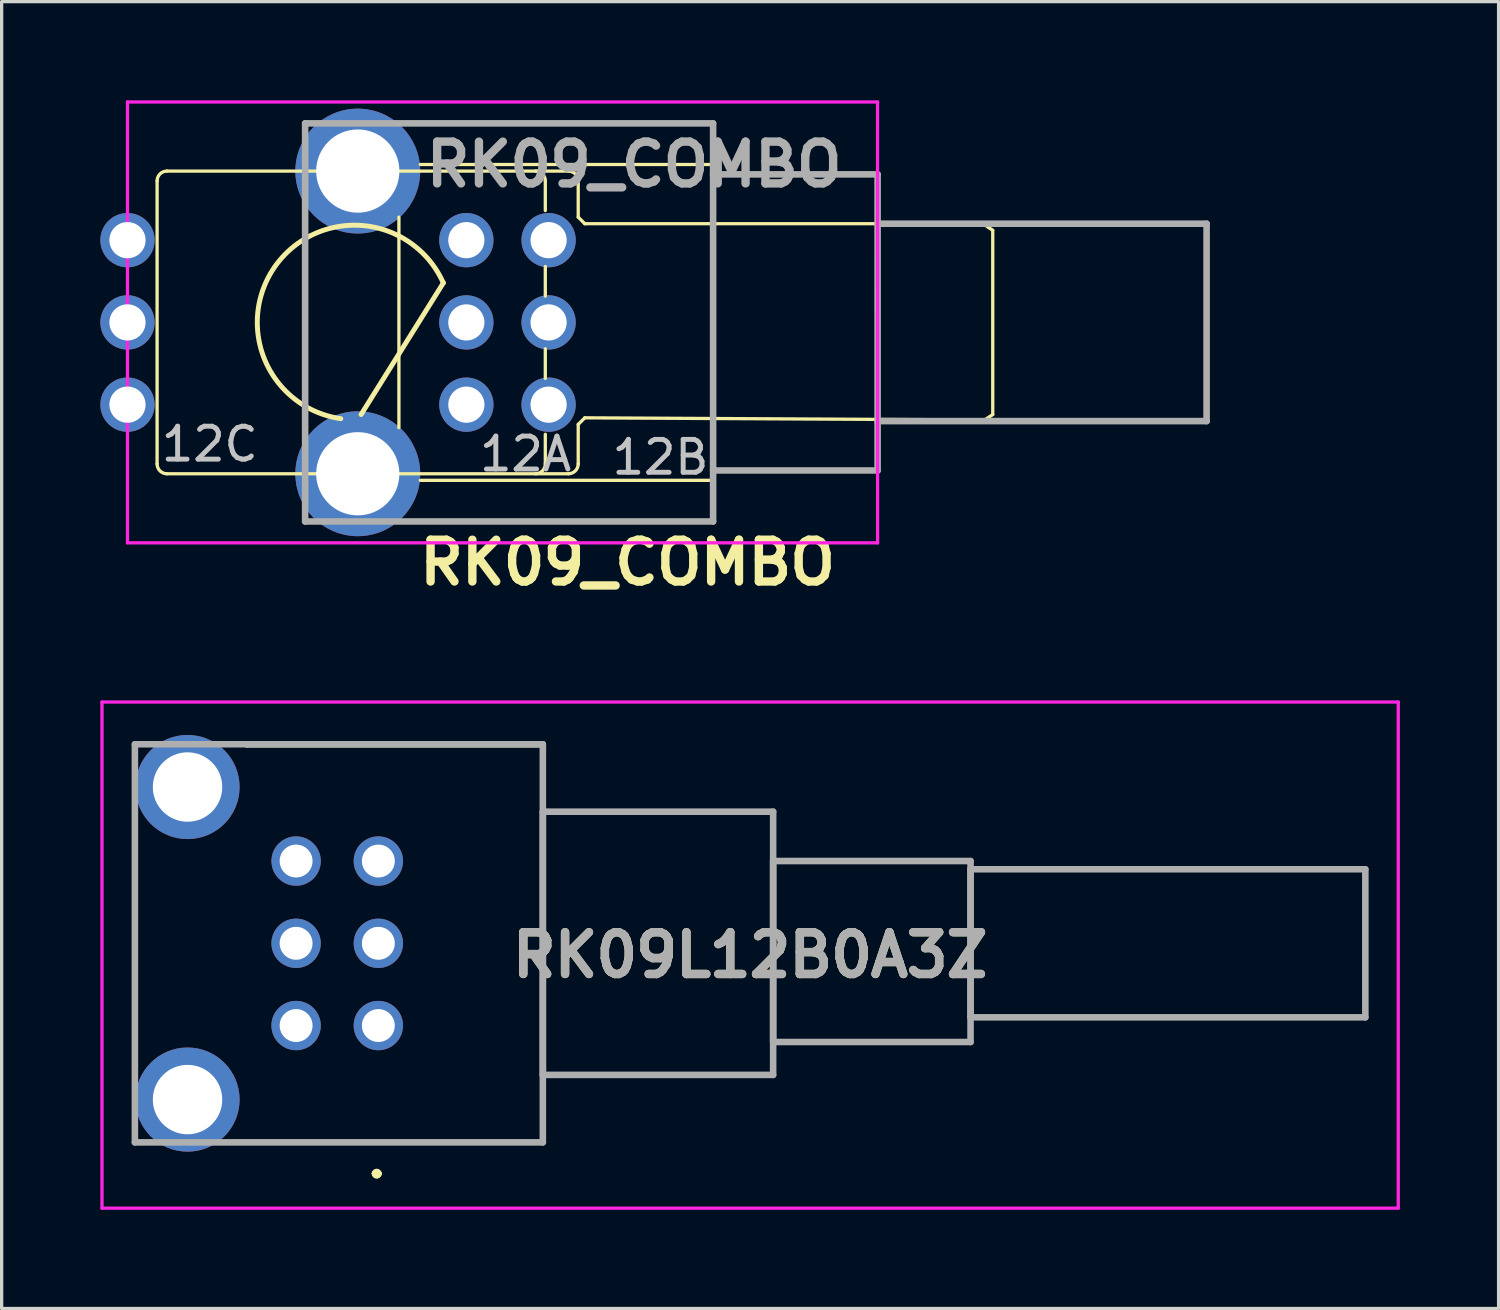
<source format=kicad_pcb>
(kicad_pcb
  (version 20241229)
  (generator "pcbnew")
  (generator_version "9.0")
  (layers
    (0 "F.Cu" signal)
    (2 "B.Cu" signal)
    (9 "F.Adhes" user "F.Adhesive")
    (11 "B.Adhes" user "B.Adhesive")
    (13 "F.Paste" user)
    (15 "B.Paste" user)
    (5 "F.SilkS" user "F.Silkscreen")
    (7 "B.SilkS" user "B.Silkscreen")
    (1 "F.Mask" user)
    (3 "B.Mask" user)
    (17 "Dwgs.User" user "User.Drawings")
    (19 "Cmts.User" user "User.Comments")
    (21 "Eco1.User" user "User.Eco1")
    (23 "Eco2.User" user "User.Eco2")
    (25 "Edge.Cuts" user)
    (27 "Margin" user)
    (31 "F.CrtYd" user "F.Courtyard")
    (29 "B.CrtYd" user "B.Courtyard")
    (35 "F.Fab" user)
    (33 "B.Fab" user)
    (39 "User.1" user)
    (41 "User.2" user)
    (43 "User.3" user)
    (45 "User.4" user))
  (footprint "RK09_COMBO"
    (layer "F.Cu")
    (at 18.625 6.75)
    (property "Reference" "RK09_COMBO" (at -2.6 7.3 0) (layer "F.SilkS") (effects (font (size 1.27 1.27) (thickness 0.254))))
    (attr through_hole)
    (fp_line (start -16.9 -4.3) (end -16.9 4.3) (stroke (width 0.1) (type solid)) (layer "F.SilkS"))
    (fp_line (start -9.55 -3.2) (end -9.55 3.2) (stroke (width 0.1) (type solid)) (layer "F.SilkS"))
    (fp_line (start -8.2 -1.2) (end -10.7 2.8) (stroke (width 0.15) (type solid)) (layer "F.SilkS"))
    (fp_line (start -5.1 -4.3) (end -5.1 -3.4) (stroke (width 0.1) (type solid)) (layer "F.SilkS"))
    (fp_line (start -5.1 -1.7) (end -5.1 -0.8) (stroke (width 0.1) (type solid)) (layer "F.SilkS"))
    (fp_line (start -5.1 0.8) (end -5.1 1.7) (stroke (width 0.1) (type solid)) (layer "F.SilkS"))
    (fp_line (start -5.1 3.4) (end -5.1 4.3) (stroke (width 0.1) (type solid)) (layer "F.SilkS"))
    (fp_line (start -4.4 -4.6) (end -16.6 -4.6) (stroke (width 0.1) (type solid)) (layer "F.SilkS"))
    (fp_line (start -4.4 4.6) (end -16.6 4.6) (stroke (width 0.1) (type solid)) (layer "F.SilkS"))
    (fp_line (start -4.1 -3.2) (end -4.1 -4.3) (stroke (width 0.1) (type solid)) (layer "F.SilkS"))
    (fp_line (start -4.1 3.1) (end -4.1 4.3) (stroke (width 0.1) (type solid)) (layer "F.SilkS"))
    (fp_line (start -3.9 -3) (end -4.1 -3.2) (stroke (width 0.1) (type solid)) (layer "F.SilkS"))
    (fp_line (start -3.9 -3) (end 15 -3) (stroke (width 0.1) (type solid)) (layer "F.SilkS"))
    (fp_line (start -3.9 2.9) (end -4.1 3.1) (stroke (width 0.1) (type solid)) (layer "F.SilkS"))
    (fp_line (start 0 -4.8) (end -8.9 -4.8) (stroke (width 0.1) (type solid)) (layer "F.SilkS"))
    (fp_line (start 0 -4.8) (end 0 4.5) (stroke (width 0.1) (type solid)) (layer "F.SilkS"))
    (fp_line (start 0 -4.75) (end 0 -4.5) (stroke (width 0.1) (type solid)) (layer "F.SilkS"))
    (fp_line (start 0 -4.5) (end 5 -4.5) (stroke (width 0.1) (type solid)) (layer "F.SilkS"))
    (fp_line (start 0 4.5) (end 0 4.8) (stroke (width 0.1) (type solid)) (layer "F.SilkS"))
    (fp_line (start 0 4.8) (end -8.9 4.8) (stroke (width 0.1) (type solid)) (layer "F.SilkS"))
    (fp_line (start 5 -4.5) (end 5 3) (stroke (width 0.1) (type solid)) (layer "F.SilkS"))
    (fp_line (start 5 3) (end 5 4.5) (stroke (width 0.1) (type solid)) (layer "F.SilkS"))
    (fp_line (start 5 4.5) (end 0 4.5) (stroke (width 0.1) (type solid)) (layer "F.SilkS"))
    (fp_line (start 8.2 -3) (end 8.5 -2.8) (stroke (width 0.1) (type solid)) (layer "F.SilkS"))
    (fp_line (start 8.2 3) (end 8.5 2.8) (stroke (width 0.1) (type solid)) (layer "F.SilkS"))
    (fp_line (start 8.5 -2.8) (end 8.5 2.8) (stroke (width 0.1) (type solid)) (layer "F.SilkS"))
    (fp_line (start 15 -3) (end 15 3) (stroke (width 0.1) (type solid)) (layer "F.SilkS"))
    (fp_line (start 15 3) (end -3.9 2.9) (stroke (width 0.1) (type solid)) (layer "F.SilkS"))
    (fp_arc (start -16.9 -4.3) (mid -16.812132 -4.512132) (end -16.6 -4.6) (stroke (width 0.1) (type solid)) (layer "F.SilkS"))
    (fp_arc (start -16.6 4.6) (mid -16.812132 4.512132) (end -16.9 4.3) (stroke (width 0.1) (type solid)) (layer "F.SilkS"))
    (fp_arc (start -11.317852 2.92496) (mid -13.257089 -1.781606) (end -8.200001 -1.199999) (stroke (width 0.15) (type solid)) (layer "F.SilkS"))
    (fp_arc (start -5.4 -4.6) (mid -5.187868 -4.512132) (end -5.1 -4.3) (stroke (width 0.1) (type solid)) (layer "F.SilkS"))
    (fp_arc (start -5.1 4.3) (mid -5.187868 4.512132) (end -5.4 4.6) (stroke (width 0.1) (type solid)) (layer "F.SilkS"))
    (fp_arc (start -4.4 -4.6) (mid -4.187868 -4.512132) (end -4.1 -4.3) (stroke (width 0.1) (type solid)) (layer "F.SilkS"))
    (fp_arc (start -4.1 4.3) (mid -4.187868 4.512132) (end -4.4 4.6) (stroke (width 0.1) (type solid)) (layer "F.SilkS"))
    (fp_line (start -17.8 -6.7) (end 4.998 -6.7) (stroke (width 0.1) (type solid)) (layer "F.CrtYd"))
    (fp_line (start -17.8 6.7) (end -17.8 -6.7) (stroke (width 0.1) (type solid)) (layer "F.CrtYd"))
    (fp_line (start 4.998 -6.7) (end 5 6.7) (stroke (width 0.1) (type solid)) (layer "F.CrtYd"))
    (fp_line (start 5 6.7) (end -17.8 6.7) (stroke (width 0.1) (type solid)) (layer "F.CrtYd"))
    (fp_line (start -12.4 -6.05) (end 0 -6.05) (stroke (width 0.2) (type solid)) (layer "F.Fab"))
    (fp_line (start -12.4 6.05) (end -12.4 -6.05) (stroke (width 0.2) (type solid)) (layer "F.Fab"))
    (fp_line (start 0 -6.05) (end 0 6.05) (stroke (width 0.2) (type solid)) (layer "F.Fab"))
    (fp_line (start 0 -4.5) (end 5 -4.5) (stroke (width 0.2) (type solid)) (layer "F.Fab"))
    (fp_line (start 0 6.05) (end -12.4 6.05) (stroke (width 0.2) (type solid)) (layer "F.Fab"))
    (fp_line (start 5 -4.5) (end 5 4.5) (stroke (width 0.2) (type solid)) (layer "F.Fab"))
    (fp_line (start 5 -3) (end 15 -3) (stroke (width 0.2) (type solid)) (layer "F.Fab"))
    (fp_line (start 5 4.5) (end 0 4.5) (stroke (width 0.2) (type solid)) (layer "F.Fab"))
    (fp_line (start 15 -3) (end 15 3) (stroke (width 0.2) (type solid)) (layer "F.Fab"))
    (fp_line (start 15 3) (end 5 3) (stroke (width 0.2) (type solid)) (layer "F.Fab"))
    (fp_text user "12C" (at -15.3 3.7 0) (layer "Dwgs.User") (effects (font (size 1 1) (thickness 0.15))))
    (fp_text user "12B" (at -1.6 4.1 180) (layer "Dwgs.User") (effects (font (size 1 1) (thickness 0.15))))
    (fp_text user "12A" (at -5.7 4 180) (layer "Dwgs.User") (effects (font (size 1 1) (thickness 0.15))))
    (fp_text user "${REFERENCE}" (at -2.4 -4.8 0) (layer "F.Fab") (effects (font (size 1.27 1.27) (thickness 0.254))))
    (pad "1" thru_hole circle (at -17.8 -2.5 180) (size 1.65 1.65) (drill 1.1) (layers "*.Cu" "*.Mask"))
    (pad "1" thru_hole circle (at -7.5 2.5) (size 1.65 1.65) (drill 1.1) (layers "*.Cu" "*.Mask"))
    (pad "2" thru_hole circle (at -17.8 0 180) (size 1.65 1.65) (drill 1.1) (layers "*.Cu" "*.Mask"))
    (pad "2" thru_hole circle (at -7.5 0) (size 1.65 1.65) (drill 1.1) (layers "*.Cu" "*.Mask"))
    (pad "3" thru_hole circle (at -17.8 2.5 180) (size 1.65 1.65) (drill 1.1) (layers "*.Cu" "*.Mask"))
    (pad "3" thru_hole circle (at -7.5 -2.5) (size 1.65 1.65) (drill 1.1) (layers "*.Cu" "*.Mask"))
    (pad "4" thru_hole circle (at -5 2.5) (size 1.65 1.65) (drill 1.1) (layers "*.Cu" "*.Mask"))
    (pad "5" thru_hole circle (at -5 0) (size 1.65 1.65) (drill 1.1) (layers "*.Cu" "*.Mask"))
    (pad "6" thru_hole circle (at -5 -2.5) (size 1.65 1.65) (drill 1.1) (layers "*.Cu" "*.Mask"))
    (pad "7" thru_hole circle (at -10.8 -4.6) (size 3.795 3.795) (drill 2.53) (layers "*.Cu" "*.Mask"))
    (pad "8" thru_hole circle (at -10.8 4.6) (size 3.795 3.795) (drill 2.53) (layers "*.Cu" "*.Mask")))
  (footprint "RK09L12B0A3Z"
    (layer "F.Cu")
    (at 8.45 28.122)
    (property "Reference" "RK09L12B0A3Z" (at 11.3 -2.142 0) (layer "F.SilkS") (effects (font (size 1.27 1.27) (thickness 0.254))))
    (attr through_hole)
    (fp_line (start -7.4 -5.75) (end -7.4 -5.75) (stroke (width 0.1) (type solid)) (layer "F.SilkS"))
    (fp_line (start -7.4 -5.75) (end -7.4 0.75) (stroke (width 0.1) (type solid)) (layer "F.SilkS"))
    (fp_line (start -7.4 0.75) (end -7.4 -5.75) (stroke (width 0.1) (type solid)) (layer "F.SilkS"))
    (fp_line (start -7.4 0.75) (end -7.4 0.75) (stroke (width 0.1) (type solid)) (layer "F.SilkS"))
    (fp_line (start -4.25 3.55) (end -4.25 3.55) (stroke (width 0.1) (type solid)) (layer "F.SilkS"))
    (fp_line (start -4.25 3.55) (end 5 3.55) (stroke (width 0.1) (type solid)) (layer "F.SilkS"))
    (fp_line (start -4 -8.55) (end 5 -8.55) (stroke (width 0.1) (type solid)) (layer "F.SilkS"))
    (fp_line (start -4 -8.5) (end -4 -8.55) (stroke (width 0.1) (type solid)) (layer "F.SilkS"))
    (fp_line (start -0.1 4.5) (end -0.1 4.5) (stroke (width 0.2) (type solid)) (layer "F.SilkS"))
    (fp_line (start -0.1 4.5) (end -0.1 4.5) (stroke (width 0.2) (type solid)) (layer "F.SilkS"))
    (fp_line (start 0 4.5) (end 0 4.5) (stroke (width 0.2) (type solid)) (layer "F.SilkS"))
    (fp_line (start 5 -8.55) (end 5 -8.5) (stroke (width 0.1) (type solid)) (layer "F.SilkS"))
    (fp_line (start 5 -8.5) (end -4 -8.5) (stroke (width 0.1) (type solid)) (layer "F.SilkS"))
    (fp_line (start 5 -8.5) (end 5 -8.5) (stroke (width 0.1) (type solid)) (layer "F.SilkS"))
    (fp_line (start 5 -8.5) (end 5 3.55) (stroke (width 0.1) (type solid)) (layer "F.SilkS"))
    (fp_line (start 5 -6.5) (end 12 -6.5) (stroke (width 0.1) (type solid)) (layer "F.SilkS"))
    (fp_line (start 5 1.5) (end 5 -6.5) (stroke (width 0.1) (type solid)) (layer "F.SilkS"))
    (fp_line (start 5 3.55) (end -4.25 3.55) (stroke (width 0.1) (type solid)) (layer "F.SilkS"))
    (fp_line (start 5 3.55) (end 5 -8.5) (stroke (width 0.1) (type solid)) (layer "F.SilkS"))
    (fp_line (start 5 3.55) (end 5 3.55) (stroke (width 0.1) (type solid)) (layer "F.SilkS"))
    (fp_line (start 5 3.55) (end 5 3.55) (stroke (width 0.1) (type solid)) (layer "F.SilkS"))
    (fp_line (start 12 -6.5) (end 12 1.5) (stroke (width 0.1) (type solid)) (layer "F.SilkS"))
    (fp_line (start 12 -5) (end 18 -5) (stroke (width 0.1) (type solid)) (layer "F.SilkS"))
    (fp_line (start 12 0.5) (end 12 -5) (stroke (width 0.1) (type solid)) (layer "F.SilkS"))
    (fp_line (start 12 1.5) (end 5 1.5) (stroke (width 0.1) (type solid)) (layer "F.SilkS"))
    (fp_line (start 18 -5) (end 18 0.5) (stroke (width 0.1) (type solid)) (layer "F.SilkS"))
    (fp_line (start 18 -4.75) (end 30 -4.75) (stroke (width 0.1) (type solid)) (layer "F.SilkS"))
    (fp_line (start 18 -0.25) (end 18 -4.75) (stroke (width 0.1) (type solid)) (layer "F.SilkS"))
    (fp_line (start 18 0.5) (end 12 0.5) (stroke (width 0.1) (type solid)) (layer "F.SilkS"))
    (fp_line (start 30 -4.75) (end 30 -0.25) (stroke (width 0.1) (type solid)) (layer "F.SilkS"))
    (fp_line (start 30 -0.25) (end 18 -0.25) (stroke (width 0.1) (type solid)) (layer "F.SilkS"))
    (fp_arc (start -0.1 4.5) (mid -0.05 4.45) (end 0 4.5) (stroke (width 0.2) (type solid)) (layer "F.SilkS"))
    (fp_arc (start 0 4.5) (mid -0.05 4.55) (end -0.1 4.5) (stroke (width 0.2) (type solid)) (layer "F.SilkS"))
    (fp_arc (start 0 4.5) (mid -0.05 4.55) (end -0.1 4.5) (stroke (width 0.2) (type solid)) (layer "F.SilkS"))
    (fp_line (start -8.4 -9.833) (end -8.4 5.55) (stroke (width 0.1) (type solid)) (layer "F.CrtYd"))
    (fp_line (start -8.4 5.55) (end 31 5.55) (stroke (width 0.1) (type solid)) (layer "F.CrtYd"))
    (fp_line (start 31 -9.833) (end -8.4 -9.833) (stroke (width 0.1) (type solid)) (layer "F.CrtYd"))
    (fp_line (start 31 5.55) (end 31 -9.833) (stroke (width 0.1) (type solid)) (layer "F.CrtYd"))
    (fp_line (start -7.4 -8.55) (end 5 -8.55) (stroke (width 0.2) (type solid)) (layer "F.Fab"))
    (fp_line (start -7.4 3.55) (end -7.4 -8.55) (stroke (width 0.2) (type solid)) (layer "F.Fab"))
    (fp_line (start 5 -8.55) (end 5 3.55) (stroke (width 0.2) (type solid)) (layer "F.Fab"))
    (fp_line (start 5 -6.5) (end 12 -6.5) (stroke (width 0.2) (type solid)) (layer "F.Fab"))
    (fp_line (start 5 1.5) (end 5 -6.5) (stroke (width 0.2) (type solid)) (layer "F.Fab"))
    (fp_line (start 5 3.55) (end -7.4 3.55) (stroke (width 0.2) (type solid)) (layer "F.Fab"))
    (fp_line (start 12 -6.5) (end 12 1.5) (stroke (width 0.2) (type solid)) (layer "F.Fab"))
    (fp_line (start 12 -5) (end 18 -5) (stroke (width 0.2) (type solid)) (layer "F.Fab"))
    (fp_line (start 12 0.5) (end 12 -5) (stroke (width 0.2) (type solid)) (layer "F.Fab"))
    (fp_line (start 12 1.5) (end 5 1.5) (stroke (width 0.2) (type solid)) (layer "F.Fab"))
    (fp_line (start 18 -5) (end 18 0.5) (stroke (width 0.2) (type solid)) (layer "F.Fab"))
    (fp_line (start 18 -4.75) (end 30 -4.75) (stroke (width 0.2) (type solid)) (layer "F.Fab"))
    (fp_line (start 18 -0.25) (end 18 -4.75) (stroke (width 0.2) (type solid)) (layer "F.Fab"))
    (fp_line (start 18 0.5) (end 12 0.5) (stroke (width 0.2) (type solid)) (layer "F.Fab"))
    (fp_line (start 30 -4.75) (end 30 -0.25) (stroke (width 0.2) (type solid)) (layer "F.Fab"))
    (fp_line (start 30 -0.25) (end 18 -0.25) (stroke (width 0.2) (type solid)) (layer "F.Fab"))
    (fp_text user "${REFERENCE}" (at 11.3 -2.142 0) (layer "F.Fab") (effects (font (size 1.27 1.27) (thickness 0.254))))
    (pad "MH1" thru_hole circle (at -5.8 -7.25) (size 3.165 3.165) (drill 2.11) (layers "*.Cu" "*.Mask"))
    (pad "MH2" thru_hole circle (at -5.8 2.25) (size 3.165 3.165) (drill 2.11) (layers "*.Cu" "*.Mask"))
    (pad "R11" thru_hole circle (at 0 0) (size 1.5 1.5) (drill 1) (layers "*.Cu" "*.Mask"))
    (pad "R12" thru_hole circle (at 0 -2.5) (size 1.5 1.5) (drill 1) (layers "*.Cu" "*.Mask"))
    (pad "R13" thru_hole circle (at 0 -5) (size 1.5 1.5) (drill 1) (layers "*.Cu" "*.Mask"))
    (pad "R21" thru_hole circle (at -2.5 0) (size 1.5 1.5) (drill 1) (layers "*.Cu" "*.Mask"))
    (pad "R22" thru_hole circle (at -2.5 -2.5) (size 1.5 1.5) (drill 1) (layers "*.Cu" "*.Mask"))
    (pad "R23" thru_hole circle (at -2.5 -5) (size 1.5 1.5) (drill 1) (layers "*.Cu" "*.Mask")))
  (gr_rect
    (start -3 -3)
    (end 42.5 36.722)
    (stroke (width 0.1) (type default))
    (fill no)
    (layer "Edge.Cuts")))
</source>
